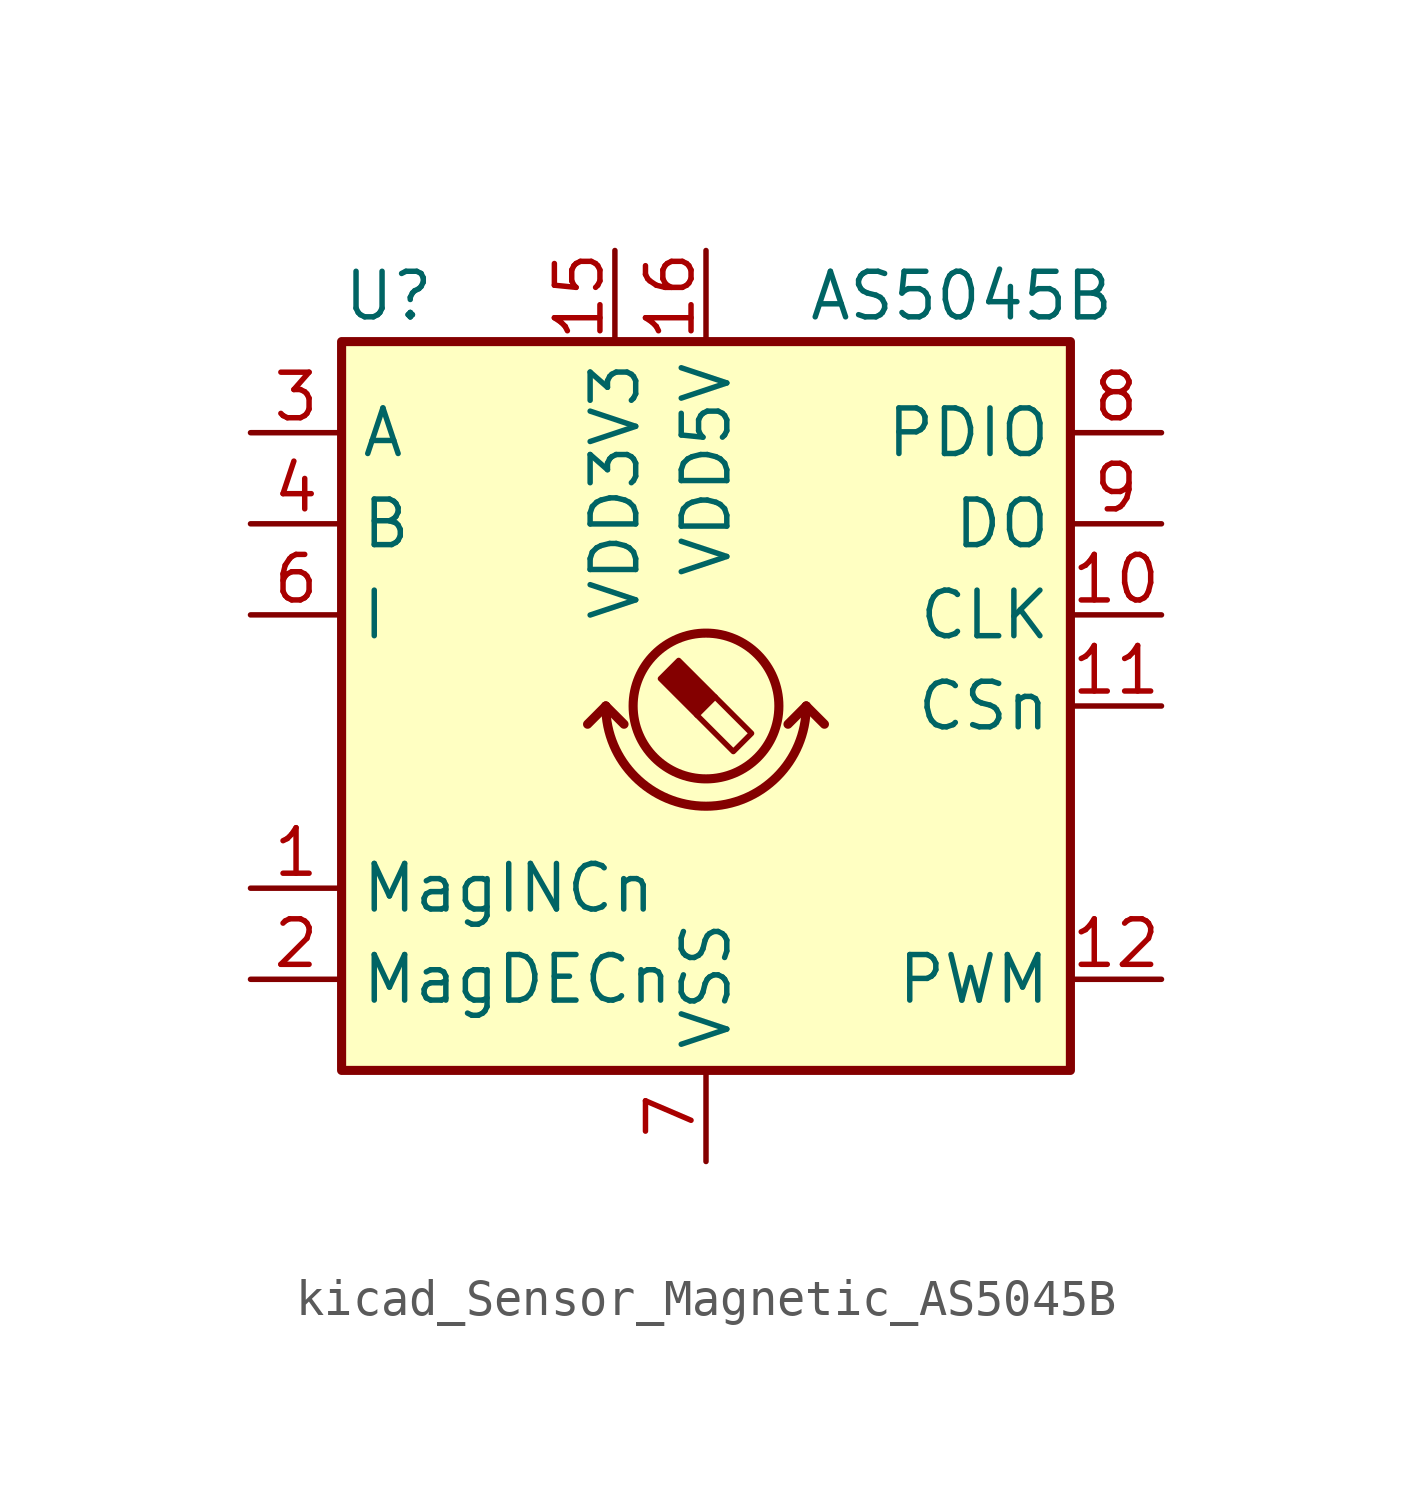
<source format=kicad_sym>
(kicad_symbol_lib
  (version 20220914)
  (generator kicad_symbol_editor)
  (symbol "kicad_Sensor_Magnetic_AS5045B"
    (property "Reference" "U"
      (at -10.16 11.43 0)
      (effects (font (size 1.27 1.27)) (justify left)))
    (property "Value" "AS5045B"
      (at 11.43 11.43 0)
      (effects (font (size 1.27 1.27)) (justify right)))
    (symbol "kicad_Sensor_Magnetic_AS5045B_0_1"
      (rectangle (start -10.16 10.16) (end 10.16 -10.16) (stroke (width 0.254) (type default)) (fill (type background)))
      (arc (start -2.794 0) (mid 0 -2.7819) (end 2.794 0) (stroke (width 0.254) (type default)) (fill (type none)))
      (polyline (pts (xy -2.794 0) (xy -3.302 -0.508)) (stroke (width 0.254) (type default)) (fill (type none)))
      (polyline (pts (xy -2.794 0) (xy -2.286 -0.508)) (stroke (width 0.254) (type default)) (fill (type none)))
      (polyline (pts (xy 2.794 0) (xy 2.286 -0.508)) (stroke (width 0.254) (type default)) (fill (type none)))
      (polyline (pts (xy 2.794 0) (xy 3.302 -0.508)) (stroke (width 0.254) (type default)) (fill (type none)))
      (polyline (pts (xy 0.254 0.254) (xy 1.27 -0.762) (xy 0.762 -1.27) (xy -0.254 -0.254)) (stroke (width 0) (type default)) (fill (type none)))
      (polyline (pts (xy -0.762 1.27) (xy 0.254 0.254) (xy -0.254 -0.254) (xy -1.27 0.762) (xy -1.016 1.016) (xy -0.762 1.27) (xy -0.635 1.143)) (stroke (width 0) (type default)) (fill (type outline)))
      (circle (center 0 0) (radius 2.032) (stroke (width 0.254) (type default)) (fill (type none))))
    (symbol "kicad_Sensor_Magnetic_AS5045B_1_1"
      (pin open_collector line (at -12.7 -5.08 0) (length 2.54) (name "MagINCn" (effects (font (size 1.27 1.27)))) (number "1" (effects (font (size 1.27 1.27)))))
      (pin input line (at 12.7 2.54 180) (length 2.54) (name "CLK" (effects (font (size 1.27 1.27)))) (number "10" (effects (font (size 1.27 1.27)))))
      (pin input line (at 12.7 0 180) (length 2.54) (name "CSn" (effects (font (size 1.27 1.27)))) (number "11" (effects (font (size 1.27 1.27)))))
      (pin output line (at 12.7 -7.62 180) (length 2.54) (name "PWM" (effects (font (size 1.27 1.27)))) (number "12" (effects (font (size 1.27 1.27)))))
      (pin no_connect line (at 10.16 -5.08 180) (length 2.54) hide (name "NC" (effects (font (size 1.27 1.27)))) (number "13" (effects (font (size 1.27 1.27)))))
      (pin no_connect line (at 2.54 -10.16 90) (length 2.54) hide (name "NC" (effects (font (size 1.27 1.27)))) (number "14" (effects (font (size 1.27 1.27)))))
      (pin power_in line (at -2.54 12.7 270) (length 2.54) (name "VDD3V3" (effects (font (size 1.27 1.27)))) (number "15" (effects (font (size 1.27 1.27)))))
      (pin power_in line (at 0 12.7 270) (length 2.54) (name "VDD5V" (effects (font (size 1.27 1.27)))) (number "16" (effects (font (size 1.27 1.27)))))
      (pin open_collector line (at -12.7 -7.62 0) (length 2.54) (name "MagDECn" (effects (font (size 1.27 1.27)))) (number "2" (effects (font (size 1.27 1.27)))))
      (pin output line (at -12.7 7.62 0) (length 2.54) (name "A" (effects (font (size 1.27 1.27)))) (number "3" (effects (font (size 1.27 1.27)))))
      (pin output line (at -12.7 5.08 0) (length 2.54) (name "B" (effects (font (size 1.27 1.27)))) (number "4" (effects (font (size 1.27 1.27)))))
      (pin no_connect line (at 10.16 -2.54 180) (length 2.54) hide (name "NC" (effects (font (size 1.27 1.27)))) (number "5" (effects (font (size 1.27 1.27)))))
      (pin output line (at -12.7 2.54 0) (length 2.54) (name "I" (effects (font (size 1.27 1.27)))) (number "6" (effects (font (size 1.27 1.27)))))
      (pin power_in line (at 0 -12.7 90) (length 2.54) (name "VSS" (effects (font (size 1.27 1.27)))) (number "7" (effects (font (size 1.27 1.27)))))
      (pin input line (at 12.7 7.62 180) (length 2.54) (name "PDIO" (effects (font (size 1.27 1.27)))) (number "8" (effects (font (size 1.27 1.27)))))
      (pin output line (at 12.7 5.08 180) (length 2.54) (name "DO" (effects (font (size 1.27 1.27)))) (number "9" (effects (font (size 1.27 1.27))))))))
</source>
